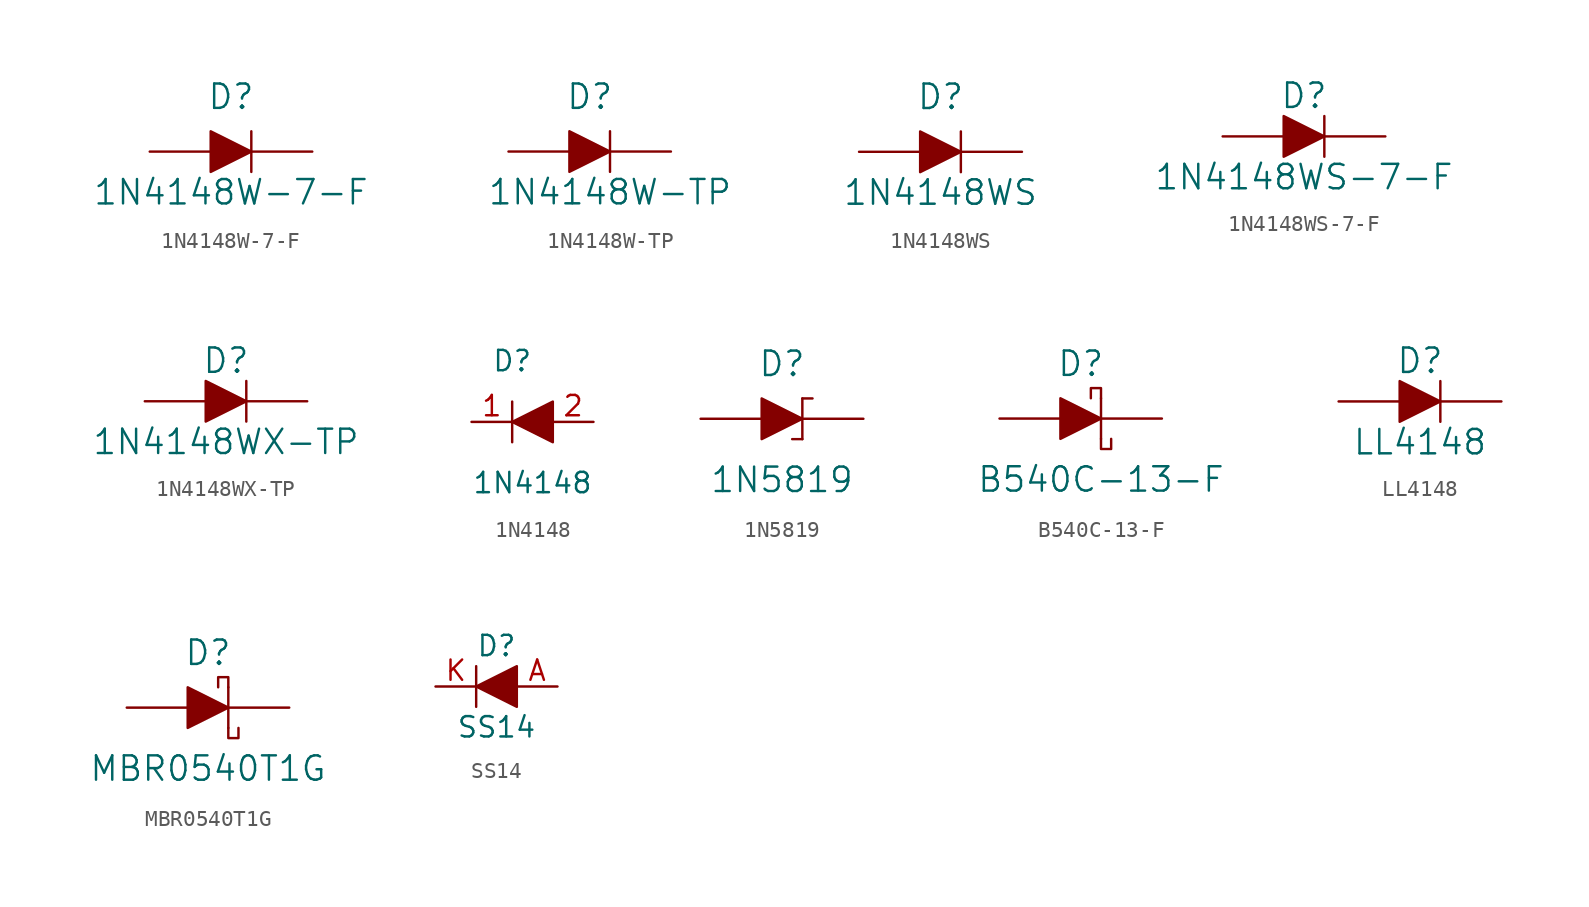
<source format=kicad_sym>
(kicad_symbol_lib
  (version 20220914)
  (generator kicad_symbol_editor)
  (symbol "1N4148W-7-F"
    (pin_numbers hide)
    (pin_names
      (offset 0) hide)
    (property "Reference" "D"
      (at 0 2.54 0)
      (effects (font (size 1.524 1.524)) (justify bottom)))
    (property "Value" "1N4148W-7-F"
      (at 0 -2.54 0)
      (effects (font (size 1.524 1.524))))
    (symbol "1N4148W-7-F_0_1"
      (polyline (pts (xy 1.27 1.27) (xy 1.27 -1.27)) (stroke (width 0) (type solid)) (fill (type none)))
      (polyline (pts (xy -1.27 1.27) (xy -1.27 -1.27) (xy 1.27 0) (xy -1.27 1.27)) (stroke (width 0) (type solid)) (fill (type outline))))
    (symbol "1N4148W-7-F_1_1"
      (pin passive line (at -5.08 0 0) (length 3.81) (name "~" (effects (font (size 1.27 1.27)))) (number "A" (effects (font (size 1.27 1.27)))))
      (pin passive line (at 5.08 0 180) (length 3.81) (name "~" (effects (font (size 1.27 1.27)))) (number "K" (effects (font (size 1.27 1.27)))))))
  (symbol "1N4148W-TP"
    (pin_numbers hide)
    (pin_names
      (offset 0) hide)
    (property "Reference" "D"
      (at 0 2.54 0)
      (effects (font (size 1.524 1.524)) (justify bottom)))
    (property "Value" "1N4148W-TP"
      (at 1.27 -2.54 0)
      (effects (font (size 1.524 1.524))))
    (symbol "1N4148W-TP_0_1"
      (polyline (pts (xy 1.27 1.27) (xy 1.27 -1.27)) (stroke (width 0) (type solid)) (fill (type none)))
      (polyline (pts (xy -1.27 1.27) (xy -1.27 -1.27) (xy 1.27 0) (xy -1.27 1.27)) (stroke (width 0) (type solid)) (fill (type outline))))
    (symbol "1N4148W-TP_1_1"
      (pin passive line (at -5.08 0 0) (length 3.81) (name "~" (effects (font (size 1.27 1.27)))) (number "A" (effects (font (size 1.27 1.27)))))
      (pin passive line (at 5.08 0 180) (length 3.81) (name "~" (effects (font (size 1.27 1.27)))) (number "K" (effects (font (size 1.27 1.27)))))))
  (symbol "1N4148WS"
    (pin_numbers hide)
    (pin_names
      (offset 0) hide)
    (property "Reference" "D"
      (at 0 2.54 0)
      (effects (font (size 1.524 1.524)) (justify bottom)))
    (property "Value" "1N4148WS"
      (at 0 -2.54 0)
      (effects (font (size 1.524 1.524))))
    (symbol "1N4148WS_0_1"
      (polyline (pts (xy 1.27 1.27) (xy 1.27 -1.27)) (stroke (width 0) (type solid)) (fill (type none)))
      (polyline (pts (xy -1.27 1.27) (xy -1.27 -1.27) (xy 1.27 0) (xy -1.27 1.27)) (stroke (width 0) (type solid)) (fill (type outline))))
    (symbol "1N4148WS_1_1"
      (pin passive line (at -5.08 0 0) (length 3.81) (name "~" (effects (font (size 1.27 1.27)))) (number "A" (effects (font (size 1.27 1.27)))))
      (pin passive line (at 5.08 0 180) (length 3.81) (name "~" (effects (font (size 1.27 1.27)))) (number "K" (effects (font (size 1.27 1.27)))))))
  (symbol "1N4148WS-7-F"
    (pin_numbers hide)
    (pin_names
      (offset 0) hide)
    (property "Reference" "D"
      (at 0 2.54 0)
      (effects (font (size 1.524 1.524))))
    (property "Value" "1N4148WS-7-F"
      (at 0 -2.54 0)
      (effects (font (size 1.524 1.524))))
    (symbol "1N4148WS-7-F_0_1"
      (polyline (pts (xy 1.27 1.27) (xy 1.27 -1.27)) (stroke (width 0) (type solid)) (fill (type none)))
      (polyline (pts (xy -1.27 1.27) (xy -1.27 -1.27) (xy 1.27 0) (xy -1.27 1.27)) (stroke (width 0) (type solid)) (fill (type outline))))
    (symbol "1N4148WS-7-F_1_1"
      (pin passive line (at -5.08 0 0) (length 3.81) (name "~" (effects (font (size 1.27 1.27)))) (number "A" (effects (font (size 1.27 1.27)))))
      (pin passive line (at 5.08 0 180) (length 3.81) (name "~" (effects (font (size 1.27 1.27)))) (number "K" (effects (font (size 1.27 1.27)))))))
  (symbol "1N4148WX-TP"
    (pin_numbers hide)
    (pin_names
      (offset 0) hide)
    (property "Reference" "D"
      (at 0 2.54 0)
      (effects (font (size 1.524 1.524))))
    (property "Value" "1N4148WX-TP"
      (at 0 -2.54 0)
      (effects (font (size 1.524 1.524))))
    (symbol "1N4148WX-TP_0_1"
      (polyline (pts (xy 1.27 1.27) (xy 1.27 -1.27)) (stroke (width 0) (type solid)) (fill (type none)))
      (polyline (pts (xy -1.27 1.27) (xy -1.27 -1.27) (xy 1.27 0) (xy -1.27 1.27)) (stroke (width 0) (type solid)) (fill (type outline))))
    (symbol "1N4148WX-TP_1_1"
      (pin passive line (at -5.08 0 0) (length 3.81) (name "~" (effects (font (size 1.27 1.27)))) (number "A" (effects (font (size 1.27 1.27)))))
      (pin passive line (at 5.08 0 180) (length 3.81) (name "~" (effects (font (size 1.27 1.27)))) (number "K" (effects (font (size 1.27 1.27)))))))
  (symbol "1N4148"
    (pin_names
      (offset 1.016))
    (property "Reference" "D"
      (at 0 3.81 0)
      (effects (font (size 1.27 1.27))))
    (property "Value" "1N4148"
      (at 1.27 -3.81 0)
      (effects (font (size 1.27 1.27))))
    (symbol "1N4148_0_1"
      (polyline (pts (xy 0 0) (xy 2.54 0)) (stroke (width 0) (type solid)) (fill (type none)))
      (polyline (pts (xy 0 1.27) (xy 0 -1.27)) (stroke (width 0) (type solid)) (fill (type none)))
      (polyline (pts (xy 2.54 1.27) (xy 2.54 -1.27) (xy 0 0) (xy 2.54 1.27)) (stroke (width 0) (type solid)) (fill (type outline))))
    (symbol "1N4148_1_1"
      (pin passive line (at -2.54 0 0) (length 2.54) (name "~" (effects (font (size 1.27 1.27)))) (number "1" (effects (font (size 1.27 1.27)))))
      (pin passive line (at 5.08 0 180) (length 2.54) (name "~" (effects (font (size 1.27 1.27)))) (number "2" (effects (font (size 1.27 1.27)))))))
  (symbol "1N5819"
    (pin_numbers hide)
    (pin_names
      (offset 0) hide)
    (property "Reference" "D"
      (at 0 2.54 0)
      (effects (font (size 1.524 1.524)) (justify bottom)))
    (property "Value" "1N5819"
      (at 0 -3.81 0)
      (effects (font (size 1.524 1.524))))
    (symbol "1N5819_0_1"
      (polyline (pts (xy 1.27 -1.27) (xy 0.635 -1.27)) (stroke (width 0) (type solid)) (fill (type none)))
      (polyline (pts (xy 1.27 1.27) (xy 1.27 -1.27)) (stroke (width 0) (type solid)) (fill (type none)))
      (polyline (pts (xy 1.27 1.27) (xy 1.905 1.27)) (stroke (width 0) (type solid)) (fill (type none)))
      (polyline (pts (xy -1.27 1.27) (xy -1.27 -1.27) (xy 1.27 0) (xy -1.27 1.27)) (stroke (width 0) (type solid)) (fill (type outline))))
    (symbol "1N5819_1_1"
      (pin passive line (at -5.08 0 0) (length 3.81) (name "~" (effects (font (size 1.27 1.27)))) (number "A" (effects (font (size 1.27 1.27)))))
      (pin passive line (at 5.08 0 180) (length 3.81) (name "~" (effects (font (size 1.27 1.27)))) (number "K" (effects (font (size 1.27 1.27)))))))
  (symbol "B540C-13-F"
    (pin_numbers hide)
    (pin_names
      (offset 0) hide)
    (property "Reference" "D"
      (at 0 2.54 0)
      (effects (font (size 1.524 1.524)) (justify bottom)))
    (property "Value" "B540C-13-F"
      (at 1.27 -3.81 0)
      (effects (font (size 1.524 1.524))))
    (symbol "B540C-13-F_0_1"
      (polyline (pts (xy 1.27 1.27) (xy 1.27 -1.27)) (stroke (width 0) (type solid)) (fill (type none)))
      (polyline (pts (xy -1.27 1.27) (xy -1.27 -1.27) (xy 1.27 0) (xy -1.27 1.27)) (stroke (width 0) (type solid)) (fill (type outline)))
      (polyline (pts (xy 1.27 -1.27) (xy 1.27 -1.905) (xy 1.905 -1.905) (xy 1.905 -1.27)) (stroke (width 0) (type solid)) (fill (type none)))
      (polyline (pts (xy 1.27 1.27) (xy 1.27 1.905) (xy 0.635 1.905) (xy 0.635 1.27)) (stroke (width 0) (type solid)) (fill (type none))))
    (symbol "B540C-13-F_1_1"
      (pin passive line (at -5.08 0 0) (length 3.81) (name "~" (effects (font (size 1.27 1.27)))) (number "A" (effects (font (size 1.27 1.27)))))
      (pin passive line (at 5.08 0 180) (length 3.81) (name "~" (effects (font (size 1.27 1.27)))) (number "K" (effects (font (size 1.27 1.27)))))))
  (symbol "LL4148"
    (pin_numbers hide)
    (pin_names
      (offset 0) hide)
    (property "Reference" "D"
      (at 0 2.54 0)
      (effects (font (size 1.524 1.524))))
    (property "Value" "LL4148"
      (at 0 -2.54 0)
      (effects (font (size 1.524 1.524))))
    (symbol "LL4148_0_1"
      (polyline (pts (xy 1.27 1.27) (xy 1.27 -1.27)) (stroke (width 0) (type solid)) (fill (type none)))
      (polyline (pts (xy -1.27 1.27) (xy -1.27 -1.27) (xy 1.27 0) (xy -1.27 1.27)) (stroke (width 0) (type solid)) (fill (type outline))))
    (symbol "LL4148_1_1"
      (pin passive line (at -5.08 0 0) (length 3.81) (name "~" (effects (font (size 1.27 1.27)))) (number "A" (effects (font (size 1.27 1.27)))))
      (pin passive line (at 5.08 0 180) (length 3.81) (name "~" (effects (font (size 1.27 1.27)))) (number "K" (effects (font (size 1.27 1.27)))))))
  (symbol "MBR0540T1G"
    (pin_numbers hide)
    (pin_names
      (offset 0) hide)
    (property "Reference" "D"
      (at 0 2.54 0)
      (effects (font (size 1.524 1.524)) (justify bottom)))
    (property "Value" "MBR0540T1G"
      (at 0 -3.81 0)
      (effects (font (size 1.524 1.524))))
    (symbol "MBR0540T1G_0_1"
      (polyline (pts (xy 1.27 1.27) (xy 1.27 -1.27)) (stroke (width 0) (type solid)) (fill (type none)))
      (polyline (pts (xy -1.27 1.27) (xy -1.27 -1.27) (xy 1.27 0) (xy -1.27 1.27)) (stroke (width 0) (type solid)) (fill (type outline)))
      (polyline (pts (xy 1.27 -1.27) (xy 1.27 -1.905) (xy 1.905 -1.905) (xy 1.905 -1.27)) (stroke (width 0) (type solid)) (fill (type none)))
      (polyline (pts (xy 1.27 1.27) (xy 1.27 1.905) (xy 0.635 1.905) (xy 0.635 1.27)) (stroke (width 0) (type solid)) (fill (type none))))
    (symbol "MBR0540T1G_1_1"
      (pin passive line (at -5.08 0 0) (length 3.81) (name "~" (effects (font (size 1.27 1.27)))) (number "A" (effects (font (size 1.27 1.27)))))
      (pin passive line (at 5.08 0 180) (length 3.81) (name "~" (effects (font (size 1.27 1.27)))) (number "K" (effects (font (size 1.27 1.27)))))))
  (symbol "SS14"
    (pin_names
      (offset 1.016))
    (property "Reference" "D"
      (at 1.27 2.54 0)
      (effects (font (size 1.27 1.27))))
    (property "Value" "SS14"
      (at 1.27 -2.54 0)
      (effects (font (size 1.27 1.27))))
    (symbol "SS14_0_1"
      (polyline (pts (xy 0 0) (xy 2.54 0)) (stroke (width 0) (type solid)) (fill (type none)))
      (polyline (pts (xy 0 1.27) (xy 0 -1.27)) (stroke (width 0) (type solid)) (fill (type none)))
      (polyline (pts (xy 2.54 1.27) (xy 2.54 -1.27) (xy 0 0) (xy 2.54 1.27)) (stroke (width 0) (type solid)) (fill (type outline))))
    (symbol "SS14_1_1"
      (pin passive line (at 5.08 0 180) (length 2.54) (name "~" (effects (font (size 1.27 1.27)))) (number "A" (effects (font (size 1.27 1.27)))))
      (pin passive line (at -2.54 0 0) (length 2.54) (name "~" (effects (font (size 1.27 1.27)))) (number "K" (effects (font (size 1.27 1.27))))))))
</source>
